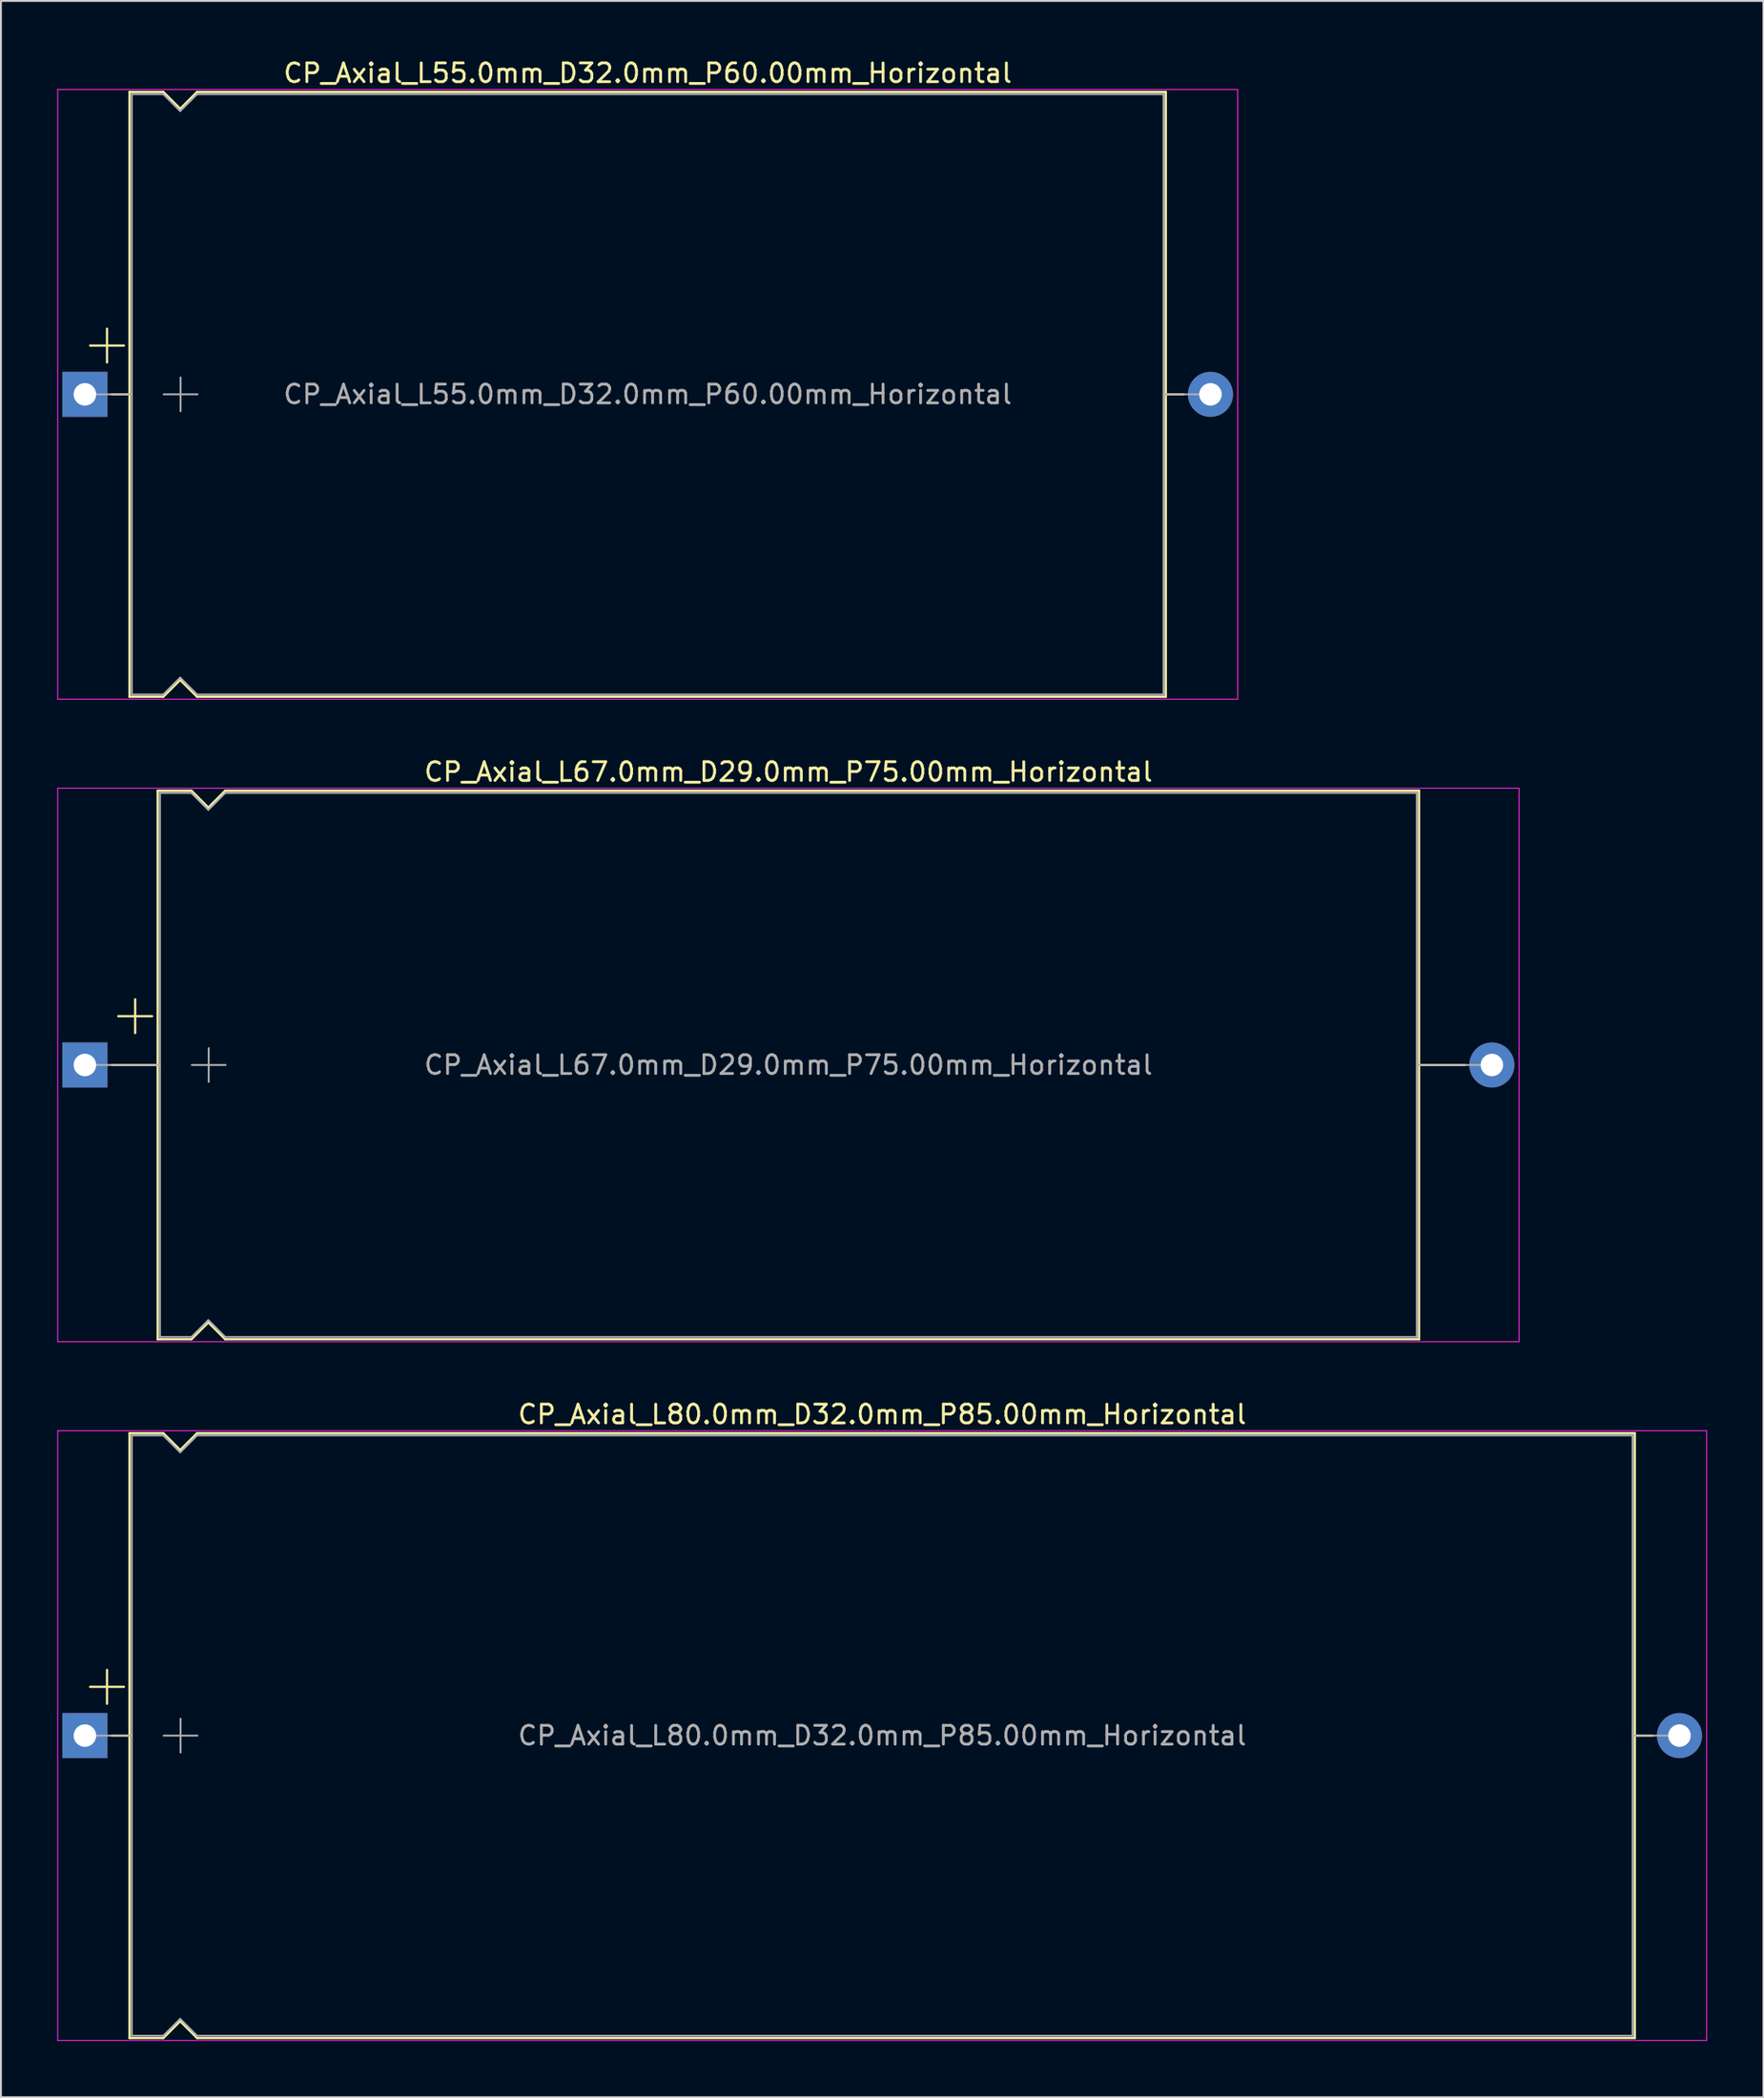
<source format=kicad_pcb>
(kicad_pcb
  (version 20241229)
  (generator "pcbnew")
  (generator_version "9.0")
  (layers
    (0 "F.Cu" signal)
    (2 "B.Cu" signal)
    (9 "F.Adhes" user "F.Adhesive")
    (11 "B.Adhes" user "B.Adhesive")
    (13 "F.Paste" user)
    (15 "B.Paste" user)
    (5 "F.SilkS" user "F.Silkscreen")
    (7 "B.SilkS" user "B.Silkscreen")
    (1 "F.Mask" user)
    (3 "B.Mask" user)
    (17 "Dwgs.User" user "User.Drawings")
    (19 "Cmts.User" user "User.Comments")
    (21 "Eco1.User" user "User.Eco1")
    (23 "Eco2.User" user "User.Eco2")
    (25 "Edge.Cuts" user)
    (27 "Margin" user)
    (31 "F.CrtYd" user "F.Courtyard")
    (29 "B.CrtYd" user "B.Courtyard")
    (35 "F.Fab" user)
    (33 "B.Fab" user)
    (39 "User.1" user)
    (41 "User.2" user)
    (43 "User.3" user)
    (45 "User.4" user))
  (footprint "CP_Axial_L55.0mm_D32.0mm_P60.00mm_Horizontal"
    (layer "F.Cu")
    (at 1.475 17.968)
    (property "Reference" "CP_Axial_L55.0mm_D32.0mm_P60.00mm_Horizontal" (at 30 -17.12 0) (layer "F.SilkS") (effects (font (size 1 1) (thickness 0.15))))
    (attr through_hole)
    (fp_line (start 0.28 -2.6) (end 2.08 -2.6) (stroke (width 0.12) (type solid)) (layer "F.SilkS"))
    (fp_line (start 1.18 -3.5) (end 1.18 -1.7) (stroke (width 0.12) (type solid)) (layer "F.SilkS"))
    (fp_line (start 1.44 0) (end 2.38 0) (stroke (width 0.12) (type solid)) (layer "F.SilkS"))
    (fp_line (start 2.38 -16.12) (end 2.38 16.12) (stroke (width 0.12) (type solid)) (layer "F.SilkS"))
    (fp_line (start 2.38 -16.12) (end 4.18 -16.12) (stroke (width 0.12) (type solid)) (layer "F.SilkS"))
    (fp_line (start 2.38 16.12) (end 4.18 16.12) (stroke (width 0.12) (type solid)) (layer "F.SilkS"))
    (fp_line (start 4.18 -16.12) (end 5.08 -15.22) (stroke (width 0.12) (type solid)) (layer "F.SilkS"))
    (fp_line (start 4.18 16.12) (end 5.08 15.22) (stroke (width 0.12) (type solid)) (layer "F.SilkS"))
    (fp_line (start 5.08 -15.22) (end 5.98 -16.12) (stroke (width 0.12) (type solid)) (layer "F.SilkS"))
    (fp_line (start 5.08 15.22) (end 5.98 16.12) (stroke (width 0.12) (type solid)) (layer "F.SilkS"))
    (fp_line (start 5.98 -16.12) (end 57.62 -16.12) (stroke (width 0.12) (type solid)) (layer "F.SilkS"))
    (fp_line (start 5.98 16.12) (end 57.62 16.12) (stroke (width 0.12) (type solid)) (layer "F.SilkS"))
    (fp_line (start 57.62 -16.12) (end 57.62 16.12) (stroke (width 0.12) (type solid)) (layer "F.SilkS"))
    (fp_line (start 58.56 0) (end 57.62 0) (stroke (width 0.12) (type solid)) (layer "F.SilkS"))
    (fp_line (start -1.45 -16.25) (end -1.45 16.25) (stroke (width 0.05) (type solid)) (layer "F.CrtYd"))
    (fp_line (start -1.45 16.25) (end 61.45 16.25) (stroke (width 0.05) (type solid)) (layer "F.CrtYd"))
    (fp_line (start 61.45 -16.25) (end -1.45 -16.25) (stroke (width 0.05) (type solid)) (layer "F.CrtYd"))
    (fp_line (start 61.45 16.25) (end 61.45 -16.25) (stroke (width 0.05) (type solid)) (layer "F.CrtYd"))
    (fp_line (start 0 0) (end 2.5 0) (stroke (width 0.1) (type solid)) (layer "F.Fab"))
    (fp_line (start 2.5 -16) (end 2.5 16) (stroke (width 0.1) (type solid)) (layer "F.Fab"))
    (fp_line (start 2.5 -16) (end 4.18 -16) (stroke (width 0.1) (type solid)) (layer "F.Fab"))
    (fp_line (start 2.5 16) (end 4.18 16) (stroke (width 0.1) (type solid)) (layer "F.Fab"))
    (fp_line (start 4.18 -16) (end 5.08 -15.1) (stroke (width 0.1) (type solid)) (layer "F.Fab"))
    (fp_line (start 4.18 16) (end 5.08 15.1) (stroke (width 0.1) (type solid)) (layer "F.Fab"))
    (fp_line (start 4.2 0) (end 6 0) (stroke (width 0.1) (type solid)) (layer "F.Fab"))
    (fp_line (start 5.08 -15.1) (end 5.98 -16) (stroke (width 0.1) (type solid)) (layer "F.Fab"))
    (fp_line (start 5.08 15.1) (end 5.98 16) (stroke (width 0.1) (type solid)) (layer "F.Fab"))
    (fp_line (start 5.1 -0.9) (end 5.1 0.9) (stroke (width 0.1) (type solid)) (layer "F.Fab"))
    (fp_line (start 5.98 -16) (end 57.5 -16) (stroke (width 0.1) (type solid)) (layer "F.Fab"))
    (fp_line (start 5.98 16) (end 57.5 16) (stroke (width 0.1) (type solid)) (layer "F.Fab"))
    (fp_line (start 57.5 -16) (end 57.5 16) (stroke (width 0.1) (type solid)) (layer "F.Fab"))
    (fp_line (start 60 0) (end 57.5 0) (stroke (width 0.1) (type solid)) (layer "F.Fab"))
    (fp_text user "${REFERENCE}" (at 30 0 0) (layer "F.Fab") (effects (font (size 1 1) (thickness 0.15))))
    (pad "1" thru_hole rect (at 0 0) (size 2.4 2.4) (drill 1.2) (layers "*.Cu" "*.Mask"))
    (pad "2" thru_hole oval (at 60 0) (size 2.4 2.4) (drill 1.2) (layers "*.Cu" "*.Mask")))
  (footprint "CP_Axial_L67.0mm_D29.0mm_P75.00mm_Horizontal"
    (layer "F.Cu")
    (at 1.475 53.712)
    (property "Reference" "CP_Axial_L67.0mm_D29.0mm_P75.00mm_Horizontal" (at 37.5 -15.62 0) (layer "F.SilkS") (effects (font (size 1 1) (thickness 0.15))))
    (attr through_hole)
    (fp_line (start 1.44 0) (end 3.88 0) (stroke (width 0.12) (type solid)) (layer "F.SilkS"))
    (fp_line (start 1.78 -2.6) (end 3.58 -2.6) (stroke (width 0.12) (type solid)) (layer "F.SilkS"))
    (fp_line (start 2.68 -3.5) (end 2.68 -1.7) (stroke (width 0.12) (type solid)) (layer "F.SilkS"))
    (fp_line (start 3.88 -14.62) (end 3.88 14.62) (stroke (width 0.12) (type solid)) (layer "F.SilkS"))
    (fp_line (start 3.88 -14.62) (end 5.68 -14.62) (stroke (width 0.12) (type solid)) (layer "F.SilkS"))
    (fp_line (start 3.88 14.62) (end 5.68 14.62) (stroke (width 0.12) (type solid)) (layer "F.SilkS"))
    (fp_line (start 5.68 -14.62) (end 6.58 -13.72) (stroke (width 0.12) (type solid)) (layer "F.SilkS"))
    (fp_line (start 5.68 14.62) (end 6.58 13.72) (stroke (width 0.12) (type solid)) (layer "F.SilkS"))
    (fp_line (start 6.58 -13.72) (end 7.48 -14.62) (stroke (width 0.12) (type solid)) (layer "F.SilkS"))
    (fp_line (start 6.58 13.72) (end 7.48 14.62) (stroke (width 0.12) (type solid)) (layer "F.SilkS"))
    (fp_line (start 7.48 -14.62) (end 71.12 -14.62) (stroke (width 0.12) (type solid)) (layer "F.SilkS"))
    (fp_line (start 7.48 14.62) (end 71.12 14.62) (stroke (width 0.12) (type solid)) (layer "F.SilkS"))
    (fp_line (start 71.12 -14.62) (end 71.12 14.62) (stroke (width 0.12) (type solid)) (layer "F.SilkS"))
    (fp_line (start 73.56 0) (end 71.12 0) (stroke (width 0.12) (type solid)) (layer "F.SilkS"))
    (fp_line (start -1.45 -14.75) (end -1.45 14.75) (stroke (width 0.05) (type solid)) (layer "F.CrtYd"))
    (fp_line (start -1.45 14.75) (end 76.45 14.75) (stroke (width 0.05) (type solid)) (layer "F.CrtYd"))
    (fp_line (start 76.45 -14.75) (end -1.45 -14.75) (stroke (width 0.05) (type solid)) (layer "F.CrtYd"))
    (fp_line (start 76.45 14.75) (end 76.45 -14.75) (stroke (width 0.05) (type solid)) (layer "F.CrtYd"))
    (fp_line (start 0 0) (end 4 0) (stroke (width 0.1) (type solid)) (layer "F.Fab"))
    (fp_line (start 4 -14.5) (end 4 14.5) (stroke (width 0.1) (type solid)) (layer "F.Fab"))
    (fp_line (start 4 -14.5) (end 5.68 -14.5) (stroke (width 0.1) (type solid)) (layer "F.Fab"))
    (fp_line (start 4 14.5) (end 5.68 14.5) (stroke (width 0.1) (type solid)) (layer "F.Fab"))
    (fp_line (start 5.68 -14.5) (end 6.58 -13.6) (stroke (width 0.1) (type solid)) (layer "F.Fab"))
    (fp_line (start 5.68 14.5) (end 6.58 13.6) (stroke (width 0.1) (type solid)) (layer "F.Fab"))
    (fp_line (start 5.7 0) (end 7.5 0) (stroke (width 0.1) (type solid)) (layer "F.Fab"))
    (fp_line (start 6.58 -13.6) (end 7.48 -14.5) (stroke (width 0.1) (type solid)) (layer "F.Fab"))
    (fp_line (start 6.58 13.6) (end 7.48 14.5) (stroke (width 0.1) (type solid)) (layer "F.Fab"))
    (fp_line (start 6.6 -0.9) (end 6.6 0.9) (stroke (width 0.1) (type solid)) (layer "F.Fab"))
    (fp_line (start 7.48 -14.5) (end 71 -14.5) (stroke (width 0.1) (type solid)) (layer "F.Fab"))
    (fp_line (start 7.48 14.5) (end 71 14.5) (stroke (width 0.1) (type solid)) (layer "F.Fab"))
    (fp_line (start 71 -14.5) (end 71 14.5) (stroke (width 0.1) (type solid)) (layer "F.Fab"))
    (fp_line (start 75 0) (end 71 0) (stroke (width 0.1) (type solid)) (layer "F.Fab"))
    (fp_text user "${REFERENCE}" (at 37.5 0 0) (layer "F.Fab") (effects (font (size 1 1) (thickness 0.15))))
    (pad "1" thru_hole rect (at 0 0) (size 2.4 2.4) (drill 1.2) (layers "*.Cu" "*.Mask"))
    (pad "2" thru_hole oval (at 75 0) (size 2.4 2.4) (drill 1.2) (layers "*.Cu" "*.Mask")))
  (footprint "CP_Axial_L80.0mm_D32.0mm_P85.00mm_Horizontal"
    (layer "F.Cu")
    (at 1.475 89.455)
    (property "Reference" "CP_Axial_L80.0mm_D32.0mm_P85.00mm_Horizontal" (at 42.5 -17.12 0) (layer "F.SilkS") (effects (font (size 1 1) (thickness 0.15))))
    (attr through_hole)
    (fp_line (start 0.28 -2.6) (end 2.08 -2.6) (stroke (width 0.12) (type solid)) (layer "F.SilkS"))
    (fp_line (start 1.18 -3.5) (end 1.18 -1.7) (stroke (width 0.12) (type solid)) (layer "F.SilkS"))
    (fp_line (start 1.44 0) (end 2.38 0) (stroke (width 0.12) (type solid)) (layer "F.SilkS"))
    (fp_line (start 2.38 -16.12) (end 2.38 16.12) (stroke (width 0.12) (type solid)) (layer "F.SilkS"))
    (fp_line (start 2.38 -16.12) (end 4.18 -16.12) (stroke (width 0.12) (type solid)) (layer "F.SilkS"))
    (fp_line (start 2.38 16.12) (end 4.18 16.12) (stroke (width 0.12) (type solid)) (layer "F.SilkS"))
    (fp_line (start 4.18 -16.12) (end 5.08 -15.22) (stroke (width 0.12) (type solid)) (layer "F.SilkS"))
    (fp_line (start 4.18 16.12) (end 5.08 15.22) (stroke (width 0.12) (type solid)) (layer "F.SilkS"))
    (fp_line (start 5.08 -15.22) (end 5.98 -16.12) (stroke (width 0.12) (type solid)) (layer "F.SilkS"))
    (fp_line (start 5.08 15.22) (end 5.98 16.12) (stroke (width 0.12) (type solid)) (layer "F.SilkS"))
    (fp_line (start 5.98 -16.12) (end 82.62 -16.12) (stroke (width 0.12) (type solid)) (layer "F.SilkS"))
    (fp_line (start 5.98 16.12) (end 82.62 16.12) (stroke (width 0.12) (type solid)) (layer "F.SilkS"))
    (fp_line (start 82.62 -16.12) (end 82.62 16.12) (stroke (width 0.12) (type solid)) (layer "F.SilkS"))
    (fp_line (start 83.56 0) (end 82.62 0) (stroke (width 0.12) (type solid)) (layer "F.SilkS"))
    (fp_line (start -1.45 -16.25) (end -1.45 16.25) (stroke (width 0.05) (type solid)) (layer "F.CrtYd"))
    (fp_line (start -1.45 16.25) (end 86.45 16.25) (stroke (width 0.05) (type solid)) (layer "F.CrtYd"))
    (fp_line (start 86.45 -16.25) (end -1.45 -16.25) (stroke (width 0.05) (type solid)) (layer "F.CrtYd"))
    (fp_line (start 86.45 16.25) (end 86.45 -16.25) (stroke (width 0.05) (type solid)) (layer "F.CrtYd"))
    (fp_line (start 0 0) (end 2.5 0) (stroke (width 0.1) (type solid)) (layer "F.Fab"))
    (fp_line (start 2.5 -16) (end 2.5 16) (stroke (width 0.1) (type solid)) (layer "F.Fab"))
    (fp_line (start 2.5 -16) (end 4.18 -16) (stroke (width 0.1) (type solid)) (layer "F.Fab"))
    (fp_line (start 2.5 16) (end 4.18 16) (stroke (width 0.1) (type solid)) (layer "F.Fab"))
    (fp_line (start 4.18 -16) (end 5.08 -15.1) (stroke (width 0.1) (type solid)) (layer "F.Fab"))
    (fp_line (start 4.18 16) (end 5.08 15.1) (stroke (width 0.1) (type solid)) (layer "F.Fab"))
    (fp_line (start 4.2 0) (end 6 0) (stroke (width 0.1) (type solid)) (layer "F.Fab"))
    (fp_line (start 5.08 -15.1) (end 5.98 -16) (stroke (width 0.1) (type solid)) (layer "F.Fab"))
    (fp_line (start 5.08 15.1) (end 5.98 16) (stroke (width 0.1) (type solid)) (layer "F.Fab"))
    (fp_line (start 5.1 -0.9) (end 5.1 0.9) (stroke (width 0.1) (type solid)) (layer "F.Fab"))
    (fp_line (start 5.98 -16) (end 82.5 -16) (stroke (width 0.1) (type solid)) (layer "F.Fab"))
    (fp_line (start 5.98 16) (end 82.5 16) (stroke (width 0.1) (type solid)) (layer "F.Fab"))
    (fp_line (start 82.5 -16) (end 82.5 16) (stroke (width 0.1) (type solid)) (layer "F.Fab"))
    (fp_line (start 85 0) (end 82.5 0) (stroke (width 0.1) (type solid)) (layer "F.Fab"))
    (fp_text user "${REFERENCE}" (at 42.5 0 0) (layer "F.Fab") (effects (font (size 1 1) (thickness 0.15))))
    (pad "1" thru_hole rect (at 0 0) (size 2.4 2.4) (drill 1.2) (layers "*.Cu" "*.Mask"))
    (pad "2" thru_hole oval (at 85 0) (size 2.4 2.4) (drill 1.2) (layers "*.Cu" "*.Mask")))
  (gr_rect
    (start -3 -3)
    (end 90.95 108.73)
    (stroke (width 0.1) (type default))
    (fill no)
    (layer "Edge.Cuts")))
</source>
